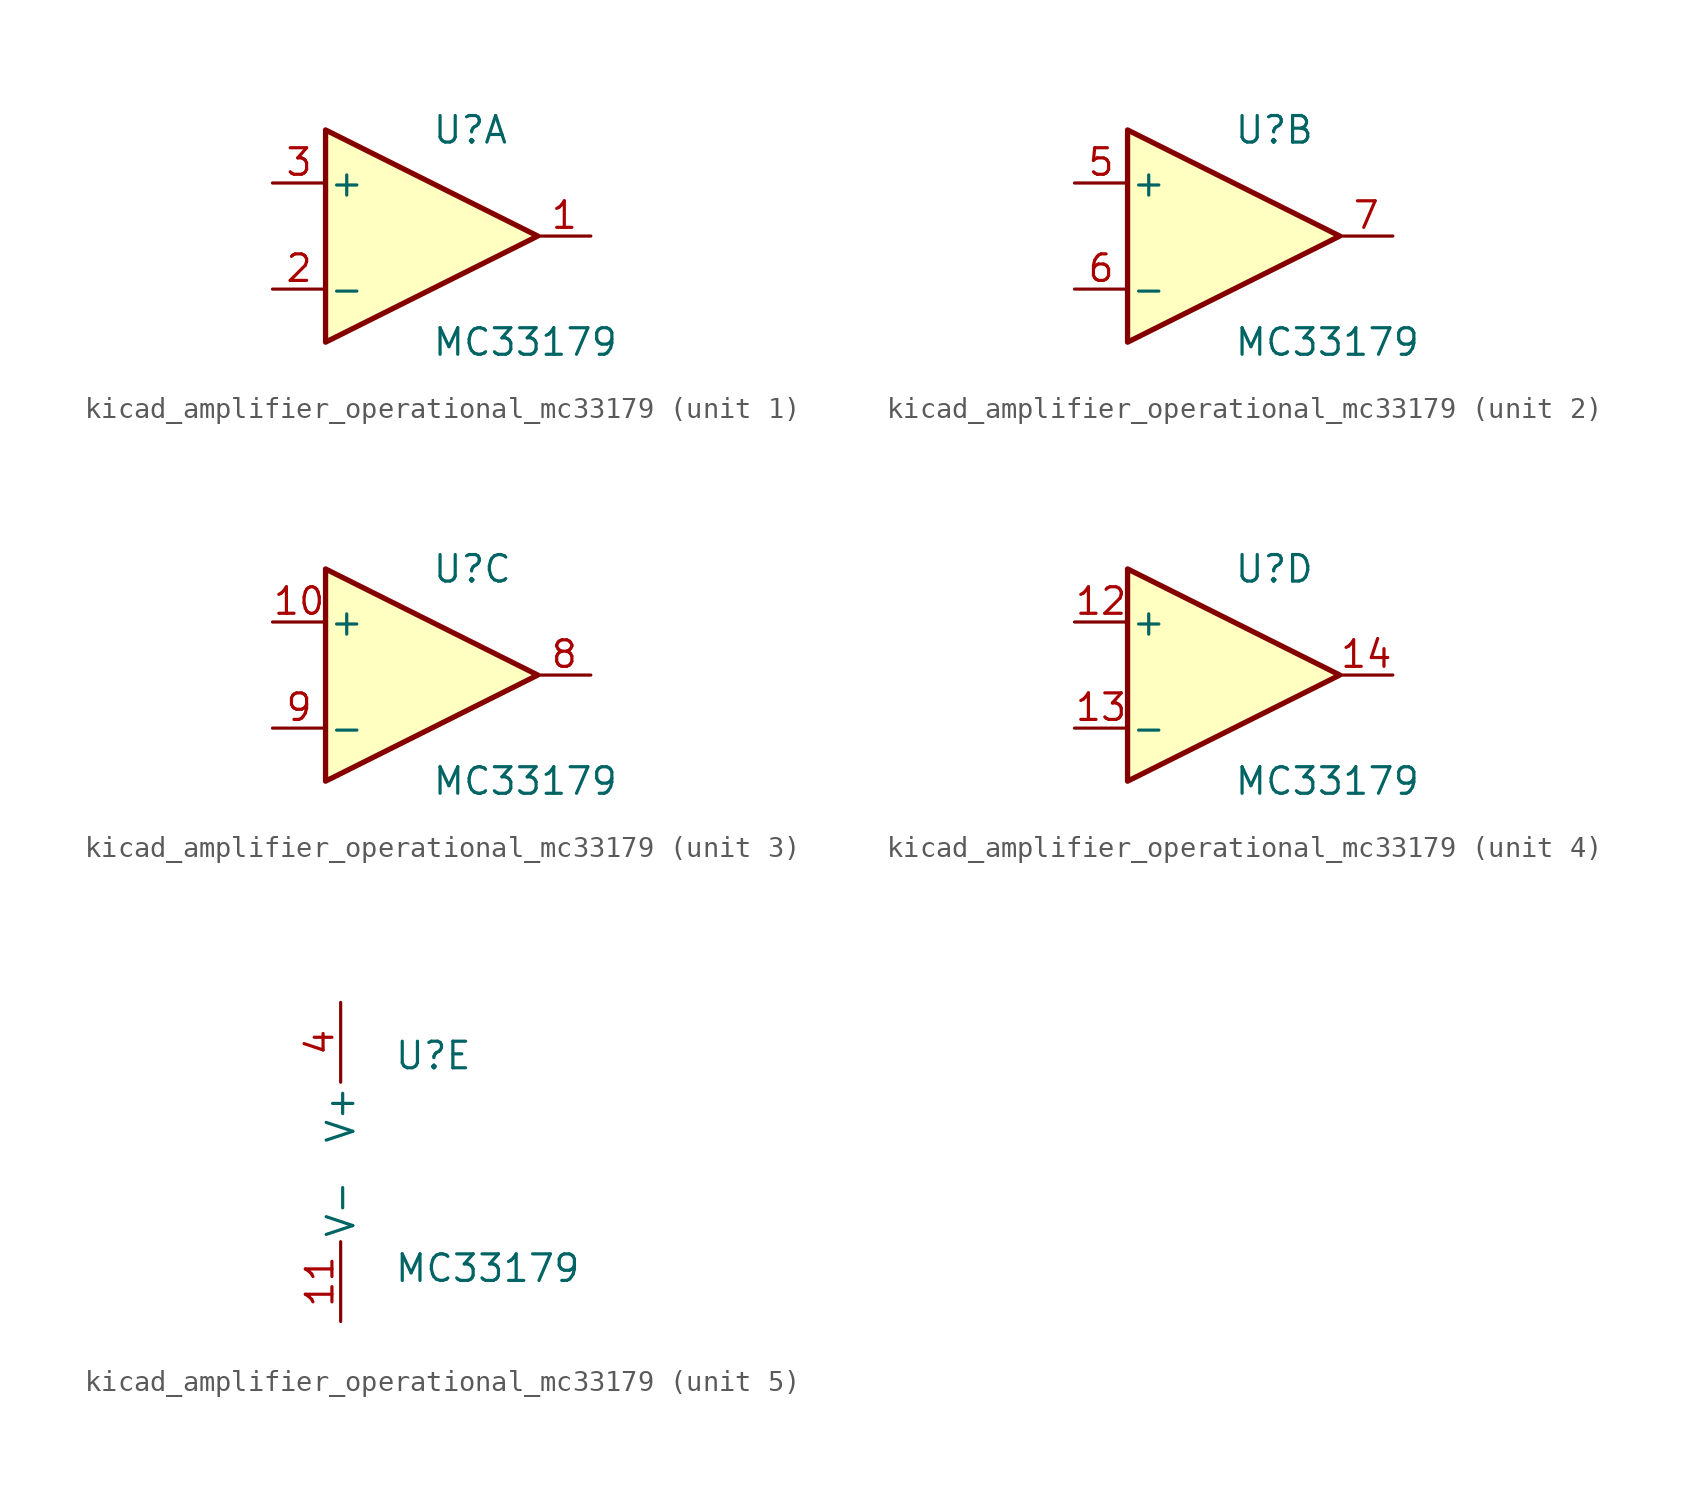
<source format=kicad_sym>
(kicad_symbol_lib
  (version 20220914)
  (generator kicad_symbol_editor)
  (symbol "kicad_amplifier_operational_mc33179"
    (pin_names
      (offset 0.127))
    (property "Reference" "U"
      (at 0 5.08 0)
      (effects (font (size 1.27 1.27)) (justify left)))
    (property "Value" "MC33179"
      (at 0 -5.08 0)
      (effects (font (size 1.27 1.27)) (justify left)))
    (property "ki_locked" ""
      (at 0 0 0)
      (effects (font (size 1.27 1.27))))
    (symbol "kicad_amplifier_operational_mc33179_1_1"
      (polyline (pts (xy -5.08 5.08) (xy 5.08 0) (xy -5.08 -5.08) (xy -5.08 5.08)) (stroke (width 0.254) (type default)) (fill (type background)))
      (pin output line (at 7.62 0 180) (length 2.54) (name "~" (effects (font (size 1.27 1.27)))) (number "1" (effects (font (size 1.27 1.27)))))
      (pin input line (at -7.62 -2.54 0) (length 2.54) (name "-" (effects (font (size 1.27 1.27)))) (number "2" (effects (font (size 1.27 1.27)))))
      (pin input line (at -7.62 2.54 0) (length 2.54) (name "+" (effects (font (size 1.27 1.27)))) (number "3" (effects (font (size 1.27 1.27))))))
    (symbol "kicad_amplifier_operational_mc33179_2_1"
      (polyline (pts (xy -5.08 5.08) (xy 5.08 0) (xy -5.08 -5.08) (xy -5.08 5.08)) (stroke (width 0.254) (type default)) (fill (type background)))
      (pin input line (at -7.62 2.54 0) (length 2.54) (name "+" (effects (font (size 1.27 1.27)))) (number "5" (effects (font (size 1.27 1.27)))))
      (pin input line (at -7.62 -2.54 0) (length 2.54) (name "-" (effects (font (size 1.27 1.27)))) (number "6" (effects (font (size 1.27 1.27)))))
      (pin output line (at 7.62 0 180) (length 2.54) (name "~" (effects (font (size 1.27 1.27)))) (number "7" (effects (font (size 1.27 1.27))))))
    (symbol "kicad_amplifier_operational_mc33179_3_1"
      (polyline (pts (xy -5.08 5.08) (xy 5.08 0) (xy -5.08 -5.08) (xy -5.08 5.08)) (stroke (width 0.254) (type default)) (fill (type background)))
      (pin input line (at -7.62 2.54 0) (length 2.54) (name "+" (effects (font (size 1.27 1.27)))) (number "10" (effects (font (size 1.27 1.27)))))
      (pin output line (at 7.62 0 180) (length 2.54) (name "~" (effects (font (size 1.27 1.27)))) (number "8" (effects (font (size 1.27 1.27)))))
      (pin input line (at -7.62 -2.54 0) (length 2.54) (name "-" (effects (font (size 1.27 1.27)))) (number "9" (effects (font (size 1.27 1.27))))))
    (symbol "kicad_amplifier_operational_mc33179_4_1"
      (polyline (pts (xy -5.08 5.08) (xy 5.08 0) (xy -5.08 -5.08) (xy -5.08 5.08)) (stroke (width 0.254) (type default)) (fill (type background)))
      (pin input line (at -7.62 2.54 0) (length 2.54) (name "+" (effects (font (size 1.27 1.27)))) (number "12" (effects (font (size 1.27 1.27)))))
      (pin input line (at -7.62 -2.54 0) (length 2.54) (name "-" (effects (font (size 1.27 1.27)))) (number "13" (effects (font (size 1.27 1.27)))))
      (pin output line (at 7.62 0 180) (length 2.54) (name "~" (effects (font (size 1.27 1.27)))) (number "14" (effects (font (size 1.27 1.27))))))
    (symbol "kicad_amplifier_operational_mc33179_5_1"
      (pin power_in line (at -2.54 -7.62 90) (length 3.81) (name "V-" (effects (font (size 1.27 1.27)))) (number "11" (effects (font (size 1.27 1.27)))))
      (pin power_in line (at -2.54 7.62 270) (length 3.81) (name "V+" (effects (font (size 1.27 1.27)))) (number "4" (effects (font (size 1.27 1.27))))))))
</source>
